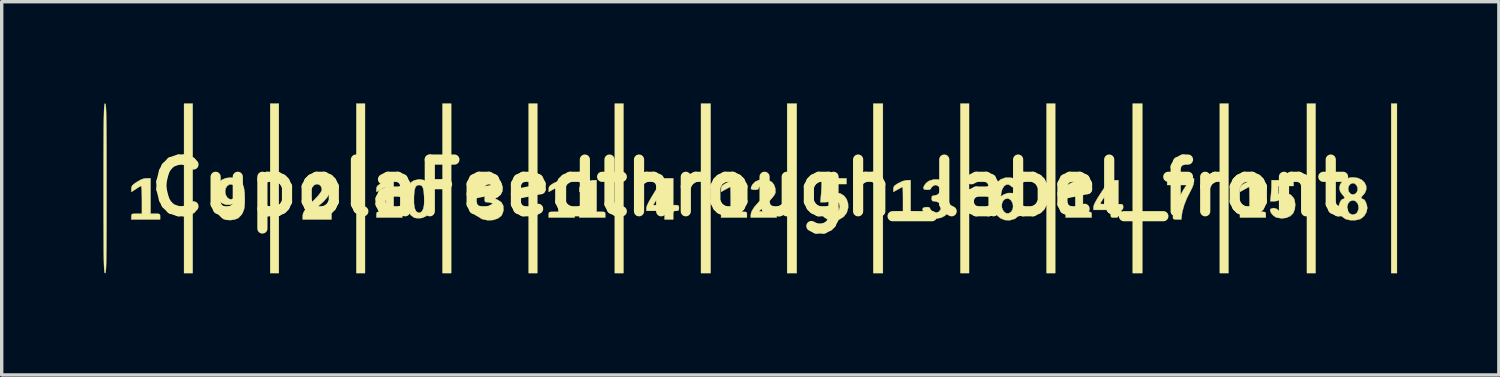
<source format=kicad_pcb>
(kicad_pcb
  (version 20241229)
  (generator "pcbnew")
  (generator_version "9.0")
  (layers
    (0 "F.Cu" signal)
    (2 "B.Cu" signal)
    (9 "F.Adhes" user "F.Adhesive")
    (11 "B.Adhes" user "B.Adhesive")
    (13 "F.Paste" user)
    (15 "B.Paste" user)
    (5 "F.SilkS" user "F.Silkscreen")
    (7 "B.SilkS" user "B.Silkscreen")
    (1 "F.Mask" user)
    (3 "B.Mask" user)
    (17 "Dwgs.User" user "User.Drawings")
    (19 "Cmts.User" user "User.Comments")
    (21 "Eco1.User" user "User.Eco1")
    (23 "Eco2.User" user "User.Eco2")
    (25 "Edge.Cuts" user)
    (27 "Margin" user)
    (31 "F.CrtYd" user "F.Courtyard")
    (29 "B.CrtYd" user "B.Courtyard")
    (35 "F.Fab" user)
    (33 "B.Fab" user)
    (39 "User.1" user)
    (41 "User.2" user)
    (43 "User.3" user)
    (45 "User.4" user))
  (footprint "CupolaFeedthrough_label_front"
    (layer "F.Cu")
    (at 19.055 2.489)
    (property "Reference" "CupolaFeedthrough_label_front" (at 0 0 0) (layer "F.SilkS") (effects (font (size 1.524 1.524) (thickness 0.3))))
    (attr through_hole)
    (fp_poly (pts (xy -16.425 2.512) (xy -16.679 2.512) (xy -16.679 -2.484) (xy -16.425 -2.484) (xy -16.425 2.512)) (stroke (width 0.01) (type solid)) (fill yes) (layer "F.SilkS"))
    (fp_poly (pts (xy -13.885 2.512) (xy -14.139 2.512) (xy -14.139 -2.484) (xy -13.885 -2.484) (xy -13.885 2.512)) (stroke (width 0.01) (type solid)) (fill yes) (layer "F.SilkS"))
    (fp_poly (pts (xy -11.345 2.512) (xy -11.599 2.512) (xy -11.599 -2.484) (xy -11.345 -2.484) (xy -11.345 2.512)) (stroke (width 0.01) (type solid)) (fill yes) (layer "F.SilkS"))
    (fp_poly (pts (xy -8.805 2.512) (xy -9.059 2.512) (xy -9.059 -2.484) (xy -8.805 -2.484) (xy -8.805 2.512)) (stroke (width 0.01) (type solid)) (fill yes) (layer "F.SilkS"))
    (fp_poly (pts (xy -6.265 2.512) (xy -6.519 2.512) (xy -6.519 -2.484) (xy -6.265 -2.484) (xy -6.265 2.512)) (stroke (width 0.01) (type solid)) (fill yes) (layer "F.SilkS"))
    (fp_poly (pts (xy -3.725 2.512) (xy -3.979 2.512) (xy -3.979 -2.484) (xy -3.725 -2.484) (xy -3.725 2.512)) (stroke (width 0.01) (type solid)) (fill yes) (layer "F.SilkS"))
    (fp_poly (pts (xy -1.157 2.512) (xy -1.439 2.512) (xy -1.439 -2.484) (xy -1.157 -2.484) (xy -1.157 2.512)) (stroke (width 0.01) (type solid)) (fill yes) (layer "F.SilkS"))
    (fp_poly (pts (xy 1.383 2.512) (xy 1.101 2.512) (xy 1.101 -2.484) (xy 1.383 -2.484) (xy 1.383 2.512)) (stroke (width 0.01) (type solid)) (fill yes) (layer "F.SilkS"))
    (fp_poly (pts (xy 3.923 2.512) (xy 3.641 2.512) (xy 3.641 -2.484) (xy 3.923 -2.484) (xy 3.923 2.512)) (stroke (width 0.01) (type solid)) (fill yes) (layer "F.SilkS"))
    (fp_poly (pts (xy 6.463 2.512) (xy 6.209 2.512) (xy 6.209 -2.484) (xy 6.463 -2.484) (xy 6.463 2.512)) (stroke (width 0.01) (type solid)) (fill yes) (layer "F.SilkS"))
    (fp_poly (pts (xy 9.003 2.512) (xy 8.749 2.512) (xy 8.749 -2.484) (xy 9.003 -2.484) (xy 9.003 2.512)) (stroke (width 0.01) (type solid)) (fill yes) (layer "F.SilkS"))
    (fp_poly (pts (xy 11.571 2.512) (xy 11.289 2.512) (xy 11.289 -2.484) (xy 11.571 -2.484) (xy 11.571 2.512)) (stroke (width 0.01) (type solid)) (fill yes) (layer "F.SilkS"))
    (fp_poly (pts (xy 14.111 2.512) (xy 13.857 2.512) (xy 13.857 -2.484) (xy 14.111 -2.484) (xy 14.111 2.512)) (stroke (width 0.01) (type solid)) (fill yes) (layer "F.SilkS"))
    (fp_poly (pts (xy 16.679 2.512) (xy 16.425 2.512) (xy 16.425 -2.484) (xy 16.679 -2.484) (xy 16.679 2.512)) (stroke (width 0.01) (type solid)) (fill yes) (layer "F.SilkS"))
    (fp_poly (pts (xy 19.078 2.512) (xy 18.909 2.512) (xy 18.909 -2.484) (xy 19.078 -2.484) (xy 19.078 2.512)) (stroke (width 0.01) (type solid)) (fill yes) (layer "F.SilkS"))
    (fp_poly (pts (xy 13.095 -0.186) (xy 13.079 -0.101) (xy 13.036 0.009) (xy 12.999 0.08) (xy 12.889 0.295) (xy 12.805 0.505) (xy 12.752 0.695) (xy 12.739 0.772) (xy 12.72 0.931) (xy 12.597 0.931) (xy 12.52 0.928) (xy 12.484 0.912) (xy 12.474 0.877) (xy 12.474 0.867) (xy 12.49 0.745) (xy 12.533 0.591) (xy 12.599 0.418) (xy 12.681 0.24) (xy 12.775 0.069) (xy 12.815 0.007) (xy 12.875 -0.085) (xy 12.305 -0.085) (xy 12.305 -0.282) (xy 13.095 -0.282) (xy 13.095 -0.186)) (stroke (width 0.01) (type solid)) (fill yes) (layer "F.SilkS"))
    (fp_poly (pts (xy -10.499 0.706) (xy -10.372 0.706) (xy -10.294 0.708) (xy -10.257 0.722) (xy -10.245 0.758) (xy -10.245 0.79) (xy -10.245 0.875) (xy -11.007 0.875) (xy -11.007 0.79) (xy -11.004 0.74) (xy -10.985 0.715) (xy -10.935 0.707) (xy -10.866 0.706) (xy -10.724 0.706) (xy -10.724 0.339) (xy -10.725 0.202) (xy -10.727 0.089) (xy -10.73 0.009) (xy -10.734 -0.027) (xy -10.735 -0.028) (xy -10.763 -0.016) (xy -10.825 0.017) (xy -10.876 0.045) (xy -11.007 0.118) (xy -11.007 0.031) (xy -11 -0.022) (xy -10.972 -0.064) (xy -10.911 -0.109) (xy -10.858 -0.14) (xy -10.732 -0.199) (xy -10.621 -0.225) (xy -10.604 -0.226) (xy -10.499 -0.226) (xy -10.499 0.706)) (stroke (width 0.01) (type solid)) (fill yes) (layer "F.SilkS"))
    (fp_poly (pts (xy -5.419 0.706) (xy -5.292 0.706) (xy -5.214 0.708) (xy -5.177 0.722) (xy -5.165 0.758) (xy -5.165 0.79) (xy -5.165 0.875) (xy -5.927 0.875) (xy -5.927 0.79) (xy -5.924 0.74) (xy -5.905 0.715) (xy -5.855 0.707) (xy -5.786 0.706) (xy -5.644 0.706) (xy -5.644 0.339) (xy -5.645 0.202) (xy -5.647 0.089) (xy -5.65 0.009) (xy -5.654 -0.027) (xy -5.655 -0.028) (xy -5.683 -0.016) (xy -5.745 0.017) (xy -5.796 0.045) (xy -5.927 0.118) (xy -5.927 0.031) (xy -5.92 -0.022) (xy -5.892 -0.064) (xy -5.831 -0.109) (xy -5.779 -0.14) (xy -5.652 -0.199) (xy -5.541 -0.225) (xy -5.524 -0.226) (xy -5.419 -0.226) (xy -5.419 0.706)) (stroke (width 0.01) (type solid)) (fill yes) (layer "F.SilkS"))
    (fp_poly (pts (xy -4.516 0.706) (xy -4.389 0.706) (xy -4.31 0.708) (xy -4.273 0.722) (xy -4.262 0.758) (xy -4.262 0.79) (xy -4.262 0.875) (xy -5.024 0.875) (xy -5.024 0.79) (xy -5.02 0.74) (xy -5.002 0.715) (xy -4.952 0.707) (xy -4.882 0.706) (xy -4.741 0.706) (xy -4.741 0.339) (xy -4.742 0.202) (xy -4.744 0.089) (xy -4.747 0.009) (xy -4.751 -0.027) (xy -4.752 -0.028) (xy -4.78 -0.016) (xy -4.842 0.017) (xy -4.893 0.045) (xy -5.024 0.118) (xy -5.024 0.031) (xy -5.017 -0.022) (xy -4.989 -0.064) (xy -4.928 -0.109) (xy -4.875 -0.14) (xy -4.749 -0.199) (xy -4.638 -0.225) (xy -4.621 -0.226) (xy -4.516 -0.226) (xy -4.516 0.706)) (stroke (width 0.01) (type solid)) (fill yes) (layer "F.SilkS"))
    (fp_poly (pts (xy -0.339 0.706) (xy -0.212 0.706) (xy -0.134 0.708) (xy -0.097 0.722) (xy -0.085 0.758) (xy -0.085 0.79) (xy -0.085 0.875) (xy -0.847 0.875) (xy -0.847 0.79) (xy -0.844 0.74) (xy -0.825 0.715) (xy -0.775 0.707) (xy -0.706 0.706) (xy -0.564 0.706) (xy -0.564 0.339) (xy -0.565 0.202) (xy -0.567 0.089) (xy -0.57 0.009) (xy -0.574 -0.027) (xy -0.575 -0.028) (xy -0.603 -0.016) (xy -0.665 0.017) (xy -0.716 0.045) (xy -0.847 0.118) (xy -0.847 0.031) (xy -0.84 -0.022) (xy -0.812 -0.064) (xy -0.751 -0.109) (xy -0.699 -0.14) (xy -0.572 -0.199) (xy -0.461 -0.225) (xy -0.445 -0.226) (xy -0.339 -0.226) (xy -0.339 0.706)) (stroke (width 0.01) (type solid)) (fill yes) (layer "F.SilkS"))
    (fp_poly (pts (xy 4.741 0.706) (xy 4.868 0.706) (xy 4.946 0.708) (xy 4.983 0.722) (xy 4.995 0.758) (xy 4.995 0.79) (xy 4.995 0.875) (xy 4.233 0.875) (xy 4.233 0.79) (xy 4.236 0.74) (xy 4.255 0.715) (xy 4.305 0.707) (xy 4.374 0.706) (xy 4.516 0.706) (xy 4.516 0.339) (xy 4.515 0.202) (xy 4.513 0.089) (xy 4.51 0.009) (xy 4.506 -0.027) (xy 4.505 -0.028) (xy 4.477 -0.016) (xy 4.415 0.017) (xy 4.364 0.045) (xy 4.233 0.118) (xy 4.233 0.031) (xy 4.24 -0.022) (xy 4.268 -0.064) (xy 4.329 -0.109) (xy 4.381 -0.14) (xy 4.508 -0.199) (xy 4.619 -0.225) (xy 4.636 -0.226) (xy 4.741 -0.226) (xy 4.741 0.706)) (stroke (width 0.01) (type solid)) (fill yes) (layer "F.SilkS"))
    (fp_poly (pts (xy 9.821 0.706) (xy 9.948 0.706) (xy 10.026 0.708) (xy 10.063 0.722) (xy 10.075 0.758) (xy 10.075 0.79) (xy 10.075 0.875) (xy 9.313 0.875) (xy 9.313 0.79) (xy 9.316 0.74) (xy 9.335 0.715) (xy 9.385 0.707) (xy 9.454 0.706) (xy 9.596 0.706) (xy 9.596 0.339) (xy 9.595 0.202) (xy 9.593 0.089) (xy 9.59 0.009) (xy 9.586 -0.027) (xy 9.585 -0.028) (xy 9.557 -0.016) (xy 9.495 0.017) (xy 9.444 0.045) (xy 9.313 0.118) (xy 9.313 0.031) (xy 9.32 -0.022) (xy 9.348 -0.064) (xy 9.409 -0.109) (xy 9.461 -0.14) (xy 9.588 -0.199) (xy 9.699 -0.225) (xy 9.716 -0.226) (xy 9.821 -0.226) (xy 9.821 0.706)) (stroke (width 0.01) (type solid)) (fill yes) (layer "F.SilkS"))
    (fp_poly (pts (xy 14.958 0.706) (xy 15.085 0.706) (xy 15.163 0.708) (xy 15.2 0.722) (xy 15.211 0.758) (xy 15.212 0.79) (xy 15.212 0.875) (xy 14.45 0.875) (xy 14.45 0.79) (xy 14.453 0.74) (xy 14.472 0.715) (xy 14.521 0.707) (xy 14.591 0.706) (xy 14.732 0.706) (xy 14.732 0.339) (xy 14.731 0.202) (xy 14.729 0.089) (xy 14.726 0.009) (xy 14.722 -0.027) (xy 14.721 -0.028) (xy 14.693 -0.016) (xy 14.631 0.017) (xy 14.58 0.045) (xy 14.45 0.118) (xy 14.45 0.031) (xy 14.457 -0.022) (xy 14.484 -0.064) (xy 14.545 -0.109) (xy 14.598 -0.14) (xy 14.724 -0.199) (xy 14.836 -0.225) (xy 14.852 -0.226) (xy 14.958 -0.226) (xy 14.958 0.706)) (stroke (width 0.01) (type solid)) (fill yes) (layer "F.SilkS"))
    (fp_poly (pts (xy -17.667 0.762) (xy -17.526 0.762) (xy -17.442 0.764) (xy -17.401 0.775) (xy -17.386 0.805) (xy -17.385 0.847) (xy -17.385 0.931) (xy -18.232 0.931) (xy -18.232 0.847) (xy -18.229 0.798) (xy -18.212 0.773) (xy -18.166 0.764) (xy -18.079 0.762) (xy -17.921 0.762) (xy -17.921 0.353) (xy -17.923 0.208) (xy -17.926 0.086) (xy -17.932 -0.004) (xy -17.94 -0.051) (xy -17.943 -0.056) (xy -17.981 -0.042) (xy -18.021 -0.018) (xy -18.086 0.025) (xy -18.154 0.069) (xy -18.232 0.119) (xy -18.231 0.024) (xy -18.226 -0.03) (xy -18.203 -0.073) (xy -18.152 -0.118) (xy -18.067 -0.176) (xy -17.952 -0.242) (xy -17.857 -0.275) (xy -17.785 -0.282) (xy -17.667 -0.282) (xy -17.667 0.762)) (stroke (width 0.01) (type solid)) (fill yes) (layer "F.SilkS"))
    (fp_poly (pts (xy -2.258 0.508) (xy -2.173 0.508) (xy -2.113 0.515) (xy -2.091 0.548) (xy -2.088 0.593) (xy -2.095 0.653) (xy -2.128 0.675) (xy -2.173 0.677) (xy -2.225 0.681) (xy -2.25 0.702) (xy -2.257 0.756) (xy -2.258 0.804) (xy -2.258 0.931) (xy -2.512 0.931) (xy -2.512 0.677) (xy -3.048 0.677) (xy -3.048 0.592) (xy -3.033 0.53) (xy -3.023 0.508) (xy -2.851 0.508) (xy -2.512 0.508) (xy -2.513 0.233) (xy -2.514 0.108) (xy -2.519 0.032) (xy -2.527 0.000178) (xy -2.54 0.005) (xy -2.546 0.014) (xy -2.575 0.063) (xy -2.625 0.145) (xy -2.687 0.246) (xy -2.714 0.289) (xy -2.851 0.508) (xy -3.023 0.508) (xy -2.987 0.43) (xy -2.909 0.291) (xy -2.801 0.113) (xy -2.554 -0.281) (xy -2.258 -0.282) (xy -2.258 0.508)) (stroke (width 0.01) (type solid)) (fill yes) (layer "F.SilkS"))
    (fp_poly (pts (xy 0.532 -0.231) (xy 0.646 -0.176) (xy 0.647 -0.176) (xy 0.713 -0.095) (xy 0.752 0.015) (xy 0.755 0.132) (xy 0.75 0.158) (xy 0.72 0.216) (xy 0.654 0.301) (xy 0.561 0.404) (xy 0.5 0.466) (xy 0.271 0.691) (xy 0.531 0.7) (xy 0.79 0.708) (xy 0.79 0.875) (xy 0.028 0.875) (xy 0.028 0.794) (xy 0.053 0.694) (xy 0.129 0.57) (xy 0.256 0.424) (xy 0.357 0.324) (xy 0.457 0.222) (xy 0.515 0.142) (xy 0.536 0.073) (xy 0.523 0.005) (xy 0.507 -0.03) (xy 0.458 -0.071) (xy 0.389 -0.078) (xy 0.318 -0.058) (xy 0.267 -0.014) (xy 0.254 0.03) (xy 0.229 0.047) (xy 0.166 0.056) (xy 0.141 0.056) (xy 0.064 0.049) (xy 0.032 0.023) (xy 0.043 -0.031) (xy 0.083 -0.103) (xy 0.162 -0.183) (xy 0.274 -0.233) (xy 0.403 -0.25) (xy 0.532 -0.231)) (stroke (width 0.01) (type solid)) (fill yes) (layer "F.SilkS"))
    (fp_poly (pts (xy 10.866 0.48) (xy 10.936 0.48) (xy 10.987 0.489) (xy 11.005 0.528) (xy 11.007 0.564) (xy 10.999 0.625) (xy 10.967 0.647) (xy 10.936 0.649) (xy 10.891 0.655) (xy 10.87 0.684) (xy 10.866 0.752) (xy 10.866 0.762) (xy 10.863 0.834) (xy 10.844 0.866) (xy 10.792 0.875) (xy 10.753 0.875) (xy 10.68 0.872) (xy 10.648 0.853) (xy 10.64 0.802) (xy 10.64 0.762) (xy 10.64 0.649) (xy 10.132 0.649) (xy 10.132 0.564) (xy 10.146 0.504) (xy 10.165 0.464) (xy 10.329 0.464) (xy 10.355 0.473) (xy 10.421 0.478) (xy 10.485 0.48) (xy 10.64 0.48) (xy 10.64 -0.007) (xy 10.485 0.221) (xy 10.418 0.319) (xy 10.366 0.4) (xy 10.335 0.452) (xy 10.329 0.464) (xy 10.165 0.464) (xy 10.19 0.411) (xy 10.266 0.281) (xy 10.365 0.128) (xy 10.597 -0.224) (xy 10.732 -0.225) (xy 10.866 -0.226) (xy 10.866 0.48)) (stroke (width 0.01) (type solid)) (fill yes) (layer "F.SilkS"))
    (fp_poly (pts (xy -12.583 -0.274) (xy -12.562 -0.266) (xy -12.456 -0.195) (xy -12.387 -0.088) (xy -12.361 0.042) (xy -12.361 0.044) (xy -12.386 0.15) (xy -12.453 0.27) (xy -12.557 0.392) (xy -12.656 0.481) (xy -12.742 0.553) (xy -12.814 0.622) (xy -12.857 0.67) (xy -12.899 0.734) (xy -12.333 0.734) (xy -12.333 0.931) (xy -13.18 0.931) (xy -13.18 0.839) (xy -13.175 0.783) (xy -13.159 0.73) (xy -13.124 0.669) (xy -13.065 0.594) (xy -12.977 0.496) (xy -12.854 0.367) (xy -12.851 0.363) (xy -12.738 0.243) (xy -12.664 0.152) (xy -12.625 0.087) (xy -12.615 0.048) (xy -12.637 -0.039) (xy -12.691 -0.094) (xy -12.763 -0.112) (xy -12.836 -0.089) (xy -12.892 -0.028) (xy -12.931 0.026) (xy -12.98 0.05) (xy -13.061 0.056) (xy -13.063 0.056) (xy -13.139 0.054) (xy -13.171 0.042) (xy -13.173 0.008) (xy -13.167 -0.021) (xy -13.109 -0.151) (xy -13.014 -0.244) (xy -12.889 -0.298) (xy -12.743 -0.309) (xy -12.583 -0.274)) (stroke (width 0.01) (type solid)) (fill yes) (layer "F.SilkS"))
    (fp_poly (pts (xy 16.03 -0.056) (xy 15.579 -0.056) (xy 15.579 0.072) (xy 15.581 0.149) (xy 15.591 0.18) (xy 15.617 0.179) (xy 15.633 0.17) (xy 15.742 0.141) (xy 15.856 0.158) (xy 15.959 0.214) (xy 16.036 0.303) (xy 16.059 0.354) (xy 16.08 0.488) (xy 16.067 0.627) (xy 16.02 0.746) (xy 16.016 0.751) (xy 15.931 0.833) (xy 15.813 0.883) (xy 15.678 0.899) (xy 15.541 0.876) (xy 15.503 0.862) (xy 15.435 0.817) (xy 15.379 0.755) (xy 15.345 0.69) (xy 15.342 0.637) (xy 15.357 0.618) (xy 15.443 0.593) (xy 15.53 0.617) (xy 15.584 0.663) (xy 15.655 0.72) (xy 15.729 0.728) (xy 15.796 0.694) (xy 15.843 0.621) (xy 15.861 0.522) (xy 15.843 0.427) (xy 15.796 0.356) (xy 15.733 0.315) (xy 15.665 0.313) (xy 15.607 0.353) (xy 15.554 0.382) (xy 15.468 0.395) (xy 15.458 0.395) (xy 15.345 0.395) (xy 15.363 0.222) (xy 15.373 0.099) (xy 15.38 -0.025) (xy 15.381 -0.089) (xy 15.381 -0.226) (xy 16.03 -0.226) (xy 16.03 -0.056)) (stroke (width 0.01) (type solid)) (fill yes) (layer "F.SilkS"))
    (fp_poly (pts (xy -9.616 -0.231) (xy -9.514 -0.163) (xy -9.438 -0.05) (xy -9.39 0.104) (xy -9.373 0.295) (xy -9.378 0.41) (xy -9.405 0.597) (xy -9.458 0.736) (xy -9.538 0.829) (xy -9.647 0.881) (xy -9.714 0.892) (xy -9.805 0.893) (xy -9.881 0.882) (xy -9.895 0.877) (xy -9.995 0.804) (xy -10.068 0.686) (xy -10.113 0.527) (xy -10.128 0.332) (xy -10.126 0.265) (xy -9.901 0.265) (xy -9.901 0.457) (xy -9.881 0.598) (xy -9.841 0.688) (xy -9.78 0.73) (xy -9.751 0.734) (xy -9.696 0.721) (xy -9.656 0.675) (xy -9.633 0.629) (xy -9.61 0.549) (xy -9.599 0.445) (xy -9.599 0.304) (xy -9.601 0.265) (xy -9.612 0.114) (xy -9.631 0.011) (xy -9.662 -0.051) (xy -9.709 -0.08) (xy -9.751 -0.085) (xy -9.81 -0.073) (xy -9.851 -0.035) (xy -9.878 0.04) (xy -9.894 0.157) (xy -9.901 0.265) (xy -10.126 0.265) (xy -10.126 0.251) (xy -10.104 0.067) (xy -10.06 -0.069) (xy -9.991 -0.163) (xy -9.894 -0.221) (xy -9.888 -0.223) (xy -9.741 -0.252) (xy -9.616 -0.231)) (stroke (width 0.01) (type solid)) (fill yes) (layer "F.SilkS"))
    (fp_poly (pts (xy 2.85 -0.113) (xy 2.342 -0.113) (xy 2.342 0.042) (xy 2.344 0.13) (xy 2.351 0.173) (xy 2.372 0.182) (xy 2.412 0.17) (xy 2.415 0.169) (xy 2.55 0.143) (xy 2.674 0.167) (xy 2.778 0.233) (xy 2.855 0.335) (xy 2.897 0.465) (xy 2.899 0.588) (xy 2.857 0.733) (xy 2.771 0.847) (xy 2.65 0.925) (xy 2.5 0.959) (xy 2.469 0.959) (xy 2.366 0.946) (xy 2.266 0.914) (xy 2.259 0.91) (xy 2.198 0.867) (xy 2.138 0.806) (xy 2.09 0.741) (xy 2.064 0.686) (xy 2.067 0.661) (xy 2.102 0.647) (xy 2.169 0.633) (xy 2.184 0.63) (xy 2.26 0.625) (xy 2.31 0.649) (xy 2.345 0.688) (xy 2.418 0.747) (xy 2.499 0.758) (xy 2.573 0.727) (xy 2.628 0.66) (xy 2.653 0.562) (xy 2.653 0.55) (xy 2.633 0.459) (xy 2.583 0.388) (xy 2.515 0.345) (xy 2.442 0.338) (xy 2.377 0.374) (xy 2.371 0.381) (xy 2.315 0.411) (xy 2.219 0.423) (xy 2.208 0.423) (xy 2.08 0.423) (xy 2.098 0.233) (xy 2.108 0.102) (xy 2.115 -0.036) (xy 2.116 -0.12) (xy 2.117 -0.282) (xy 2.85 -0.282) (xy 2.85 -0.113)) (stroke (width 0.01) (type solid)) (fill yes) (layer "F.SilkS"))
    (fp_poly (pts (xy -19 -2.479) (xy -18.994 -2.462) (xy -18.988 -2.429) (xy -18.983 -2.378) (xy -18.979 -2.304) (xy -18.976 -2.205) (xy -18.973 -2.077) (xy -18.971 -1.917) (xy -18.969 -1.721) (xy -18.967 -1.486) (xy -18.966 -1.209) (xy -18.966 -0.887) (xy -18.965 -0.515) (xy -18.965 -0.091) (xy -18.965 0.014) (xy -18.965 0.451) (xy -18.966 0.834) (xy -18.966 1.167) (xy -18.967 1.455) (xy -18.968 1.699) (xy -18.97 1.903) (xy -18.972 2.071) (xy -18.975 2.206) (xy -18.978 2.312) (xy -18.982 2.391) (xy -18.987 2.447) (xy -18.992 2.484) (xy -18.999 2.504) (xy -19.006 2.512) (xy -19.008 2.512) (xy -19.015 2.507) (xy -19.022 2.49) (xy -19.027 2.457) (xy -19.032 2.406) (xy -19.036 2.332) (xy -19.04 2.233) (xy -19.043 2.105) (xy -19.045 1.945) (xy -19.047 1.749) (xy -19.048 1.515) (xy -19.049 1.238) (xy -19.05 0.915) (xy -19.05 0.543) (xy -19.05 0.119) (xy -19.05 0.014) (xy -19.05 -0.422) (xy -19.05 -0.806) (xy -19.049 -1.139) (xy -19.048 -1.426) (xy -19.047 -1.671) (xy -19.045 -1.875) (xy -19.043 -2.043) (xy -19.04 -2.178) (xy -19.037 -2.284) (xy -19.033 -2.363) (xy -19.028 -2.419) (xy -19.023 -2.456) (xy -19.017 -2.476) (xy -19.009 -2.483) (xy -19.008 -2.484) (xy -19 -2.479)) (stroke (width 0.01) (type solid)) (fill yes) (layer "F.SilkS"))
    (fp_poly (pts (xy 7.701 -0.3) (xy 7.825 -0.258) (xy 7.917 -0.182) (xy 7.933 -0.159) (xy 7.968 -0.097) (xy 7.986 -0.056) (xy 7.987 -0.053) (xy 7.962 -0.038) (xy 7.899 -0.022) (xy 7.87 -0.017) (xy 7.787 -0.01) (xy 7.734 -0.026) (xy 7.698 -0.057) (xy 7.628 -0.101) (xy 7.557 -0.095) (xy 7.491 -0.046) (xy 7.44 0.042) (xy 7.413 0.146) (xy 7.398 0.25) (xy 7.496 0.192) (xy 7.61 0.152) (xy 7.733 0.152) (xy 7.843 0.19) (xy 7.88 0.216) (xy 7.96 0.32) (xy 8.002 0.447) (xy 8.008 0.582) (xy 7.979 0.713) (xy 7.917 0.825) (xy 7.824 0.905) (xy 7.81 0.912) (xy 7.665 0.955) (xy 7.522 0.949) (xy 7.395 0.897) (xy 7.393 0.896) (xy 7.303 0.823) (xy 7.242 0.74) (xy 7.204 0.634) (xy 7.186 0.494) (xy 7.186 0.485) (xy 7.428 0.485) (xy 7.432 0.582) (xy 7.472 0.675) (xy 7.481 0.688) (xy 7.554 0.749) (xy 7.629 0.754) (xy 7.705 0.706) (xy 7.751 0.627) (xy 7.763 0.534) (xy 7.744 0.441) (xy 7.699 0.363) (xy 7.632 0.317) (xy 7.592 0.31) (xy 7.512 0.335) (xy 7.457 0.397) (xy 7.428 0.485) (xy 7.186 0.485) (xy 7.183 0.353) (xy 7.194 0.135) (xy 7.231 -0.035) (xy 7.295 -0.161) (xy 7.389 -0.246) (xy 7.514 -0.294) (xy 7.559 -0.302) (xy 7.701 -0.3)) (stroke (width 0.01) (type solid)) (fill yes) (layer "F.SilkS"))
    (fp_poly (pts (xy -15.176 -0.289) (xy -15.116 -0.268) (xy -15.024 -0.208) (xy -14.958 -0.126) (xy -14.916 -0.012) (xy -14.894 0.141) (xy -14.888 0.31) (xy -14.89 0.453) (xy -14.897 0.554) (xy -14.911 0.629) (xy -14.935 0.693) (xy -14.952 0.726) (xy -15.006 0.81) (xy -15.066 0.877) (xy -15.087 0.893) (xy -15.187 0.933) (xy -15.312 0.95) (xy -15.437 0.942) (xy -15.513 0.92) (xy -15.576 0.875) (xy -15.638 0.807) (xy -15.681 0.737) (xy -15.692 0.696) (xy -15.667 0.685) (xy -15.604 0.671) (xy -15.575 0.666) (xy -15.492 0.659) (xy -15.438 0.675) (xy -15.403 0.706) (xy -15.333 0.75) (xy -15.261 0.745) (xy -15.196 0.695) (xy -15.145 0.607) (xy -15.118 0.503) (xy -15.103 0.4) (xy -15.201 0.457) (xy -15.315 0.497) (xy -15.438 0.497) (xy -15.548 0.459) (xy -15.585 0.433) (xy -15.664 0.329) (xy -15.707 0.202) (xy -15.712 0.115) (xy -15.467 0.115) (xy -15.449 0.208) (xy -15.404 0.286) (xy -15.337 0.332) (xy -15.296 0.339) (xy -15.235 0.32) (xy -15.184 0.282) (xy -15.137 0.2) (xy -15.131 0.097) (xy -15.163 -0.004) (xy -15.186 -0.039) (xy -15.258 -0.1) (xy -15.334 -0.105) (xy -15.409 -0.056) (xy -15.456 0.022) (xy -15.467 0.115) (xy -15.712 0.115) (xy -15.715 0.065) (xy -15.688 -0.067) (xy -15.628 -0.178) (xy -15.561 -0.24) (xy -15.447 -0.287) (xy -15.31 -0.304) (xy -15.176 -0.289)) (stroke (width 0.01) (type solid)) (fill yes) (layer "F.SilkS"))
    (fp_poly (pts (xy -7.587 -0.302) (xy -7.463 -0.262) (xy -7.363 -0.188) (xy -7.328 -0.141) (xy -7.286 -0.023) (xy -7.293 0.095) (xy -7.343 0.199) (xy -7.433 0.274) (xy -7.517 0.317) (xy -7.43 0.354) (xy -7.325 0.424) (xy -7.269 0.524) (xy -7.261 0.65) (xy -7.261 0.652) (xy -7.284 0.741) (xy -7.32 0.814) (xy -7.328 0.825) (xy -7.434 0.904) (xy -7.571 0.948) (xy -7.723 0.955) (xy -7.875 0.924) (xy -7.918 0.906) (xy -8.025 0.834) (xy -8.083 0.749) (xy -8.111 0.681) (xy -8.121 0.636) (xy -8.119 0.63) (xy -8.078 0.613) (xy -8.012 0.602) (xy -7.942 0.599) (xy -7.89 0.605) (xy -7.874 0.617) (xy -7.85 0.672) (xy -7.791 0.724) (xy -7.717 0.757) (xy -7.681 0.762) (xy -7.59 0.737) (xy -7.528 0.671) (xy -7.507 0.585) (xy -7.533 0.507) (xy -7.601 0.45) (xy -7.702 0.424) (xy -7.725 0.423) (xy -7.787 0.419) (xy -7.813 0.393) (xy -7.818 0.328) (xy -7.818 0.325) (xy -7.813 0.258) (xy -7.789 0.231) (xy -7.739 0.226) (xy -7.638 0.205) (xy -7.566 0.149) (xy -7.536 0.067) (xy -7.535 0.057) (xy -7.557 -0.034) (xy -7.612 -0.092) (xy -7.686 -0.111) (xy -7.764 -0.087) (xy -7.813 -0.042) (xy -7.879 0.013) (xy -7.968 0.028) (xy -8.052 0.018) (xy -8.087 -0.015) (xy -8.074 -0.077) (xy -8.052 -0.121) (xy -7.967 -0.216) (xy -7.853 -0.278) (xy -7.722 -0.307) (xy -7.587 -0.302)) (stroke (width 0.01) (type solid)) (fill yes) (layer "F.SilkS"))
    (fp_poly (pts (xy 5.556 -0.248) (xy 5.674 -0.21) (xy 5.768 -0.14) (xy 5.827 -0.042) (xy 5.842 0.05) (xy 5.824 0.13) (xy 5.777 0.208) (xy 5.717 0.265) (xy 5.667 0.282) (xy 5.664 0.295) (xy 5.701 0.325) (xy 5.72 0.337) (xy 5.82 0.424) (xy 5.867 0.53) (xy 5.86 0.651) (xy 5.826 0.737) (xy 5.753 0.821) (xy 5.646 0.877) (xy 5.519 0.902) (xy 5.387 0.895) (xy 5.267 0.852) (xy 5.246 0.839) (xy 5.169 0.773) (xy 5.115 0.702) (xy 5.092 0.638) (xy 5.107 0.593) (xy 5.112 0.59) (xy 5.166 0.571) (xy 5.232 0.566) (xy 5.286 0.574) (xy 5.306 0.593) (xy 5.329 0.643) (xy 5.385 0.694) (xy 5.452 0.728) (xy 5.485 0.734) (xy 5.564 0.71) (xy 5.618 0.652) (xy 5.642 0.575) (xy 5.63 0.497) (xy 5.582 0.439) (xy 5.504 0.405) (xy 5.441 0.395) (xy 5.385 0.387) (xy 5.364 0.352) (xy 5.362 0.31) (xy 5.369 0.25) (xy 5.402 0.228) (xy 5.443 0.226) (xy 5.529 0.204) (xy 5.588 0.148) (xy 5.614 0.074) (xy 5.599 -0.004) (xy 5.572 -0.04) (xy 5.513 -0.077) (xy 5.475 -0.085) (xy 5.416 -0.066) (xy 5.361 -0.022) (xy 5.334 0.026) (xy 5.334 0.03) (xy 5.31 0.048) (xy 5.254 0.056) (xy 5.188 0.053) (xy 5.137 0.04) (xy 5.123 0.029) (xy 5.121 -0.021) (xy 5.155 -0.088) (xy 5.212 -0.155) (xy 5.282 -0.205) (xy 5.288 -0.208) (xy 5.424 -0.249) (xy 5.556 -0.248)) (stroke (width 0.01) (type solid)) (fill yes) (layer "F.SilkS"))
    (fp_poly (pts (xy 17.923 -0.291) (xy 18.039 -0.237) (xy 18.123 -0.157) (xy 18.17 -0.061) (xy 18.175 0.044) (xy 18.133 0.149) (xy 18.088 0.204) (xy 18.036 0.263) (xy 18.025 0.298) (xy 18.039 0.314) (xy 18.084 0.336) (xy 18.097 0.338) (xy 18.128 0.363) (xy 18.161 0.425) (xy 18.189 0.505) (xy 18.203 0.583) (xy 18.203 0.598) (xy 18.178 0.719) (xy 18.111 0.829) (xy 18.015 0.908) (xy 17.992 0.919) (xy 17.855 0.953) (xy 17.703 0.953) (xy 17.567 0.92) (xy 17.562 0.918) (xy 17.466 0.849) (xy 17.394 0.745) (xy 17.358 0.627) (xy 17.357 0.598) (xy 17.359 0.579) (xy 17.611 0.579) (xy 17.631 0.684) (xy 17.686 0.758) (xy 17.767 0.79) (xy 17.78 0.79) (xy 17.867 0.765) (xy 17.905 0.727) (xy 17.945 0.634) (xy 17.947 0.537) (xy 17.916 0.451) (xy 17.857 0.389) (xy 17.78 0.367) (xy 17.696 0.392) (xy 17.637 0.461) (xy 17.611 0.562) (xy 17.611 0.579) (xy 17.359 0.579) (xy 17.367 0.523) (xy 17.392 0.442) (xy 17.425 0.375) (xy 17.457 0.34) (xy 17.463 0.338) (xy 17.503 0.324) (xy 17.521 0.314) (xy 17.535 0.289) (xy 17.512 0.247) (xy 17.472 0.204) (xy 17.402 0.102) (xy 17.388 0.028) (xy 17.639 0.028) (xy 17.66 0.116) (xy 17.714 0.178) (xy 17.78 0.198) (xy 17.842 0.178) (xy 17.877 0.153) (xy 17.916 0.082) (xy 17.918 -0.001) (xy 17.888 -0.077) (xy 17.832 -0.129) (xy 17.78 -0.141) (xy 17.707 -0.116) (xy 17.655 -0.05) (xy 17.639 0.028) (xy 17.388 0.028) (xy 17.382 -0.004) (xy 17.406 -0.106) (xy 17.471 -0.196) (xy 17.57 -0.265) (xy 17.698 -0.304) (xy 17.78 -0.31) (xy 17.923 -0.291)) (stroke (width 0.01) (type solid)) (fill yes) (layer "F.SilkS")))
  (gr_rect
    (start -3 -3)
    (end 41.138 8.005)
    (stroke (width 0.1) (type default))
    (fill no)
    (layer "Edge.Cuts")))
</source>
